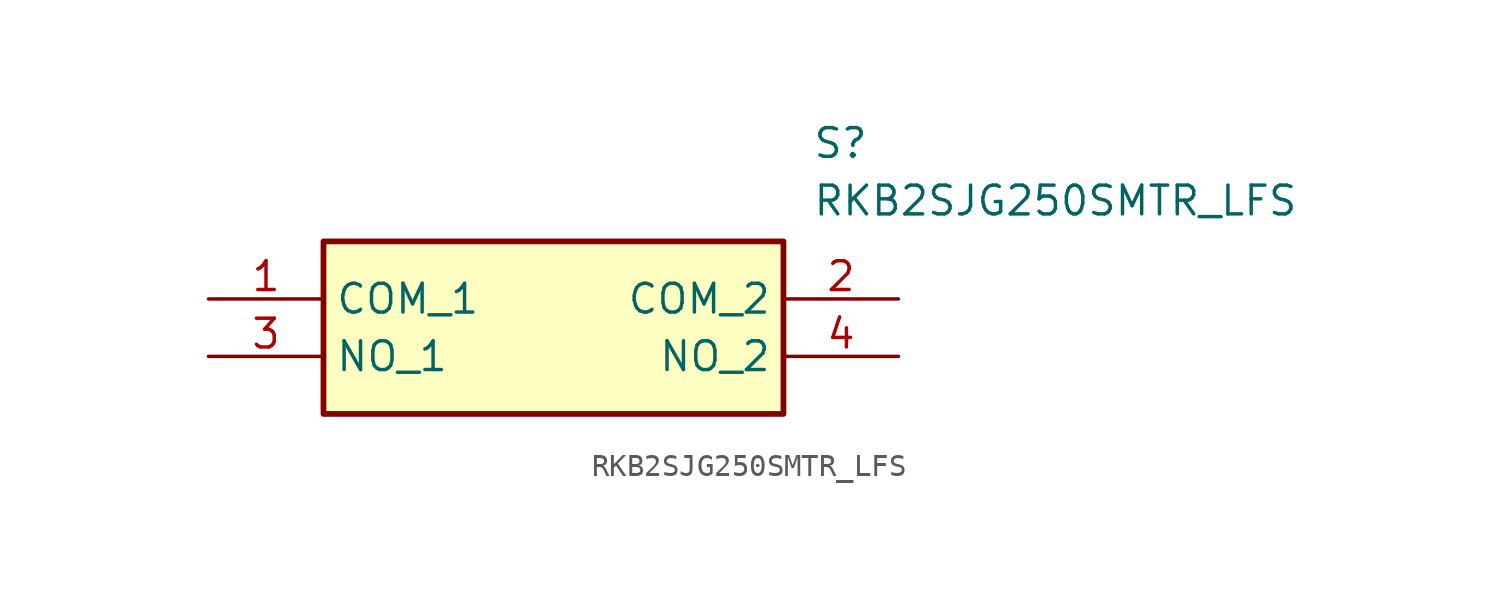
<source format=kicad_sym>
(kicad_symbol_lib
  (version 20211014)
  (generator SamacSys_ECAD_Model)
  (symbol "RKB2SJG250SMTR_LFS"
    (property "Reference" "S"
      (at 26.67 7.62 0)
      (effects (font (size 1.27 1.27)) (justify left top)))
    (property "Value" "RKB2SJG250SMTR_LFS"
      (at 26.67 5.08 0)
      (effects (font (size 1.27 1.27)) (justify left top)))
    (rectangle
      (start 5.08 2.54)
      (end 25.4 -5.08)
      (stroke (width 0.254) (type default))
      (fill (type background)))
    (pin passive line
      (at 0 0 0)
      (length 5.08)
      (name "COM_1" (effects (font (size 1.27 1.27))))
      (number "1" (effects (font (size 1.27 1.27)))))
    (pin passive line
      (at 30.48 0 180)
      (length 5.08)
      (name "COM_2" (effects (font (size 1.27 1.27))))
      (number "2" (effects (font (size 1.27 1.27)))))
    (pin passive line
      (at 0 -2.54 0)
      (length 5.08)
      (name "NO_1" (effects (font (size 1.27 1.27))))
      (number "3" (effects (font (size 1.27 1.27)))))
    (pin passive line
      (at 30.48 -2.54 180)
      (length 5.08)
      (name "NO_2" (effects (font (size 1.27 1.27))))
      (number "4" (effects (font (size 1.27 1.27)))))))
</source>
